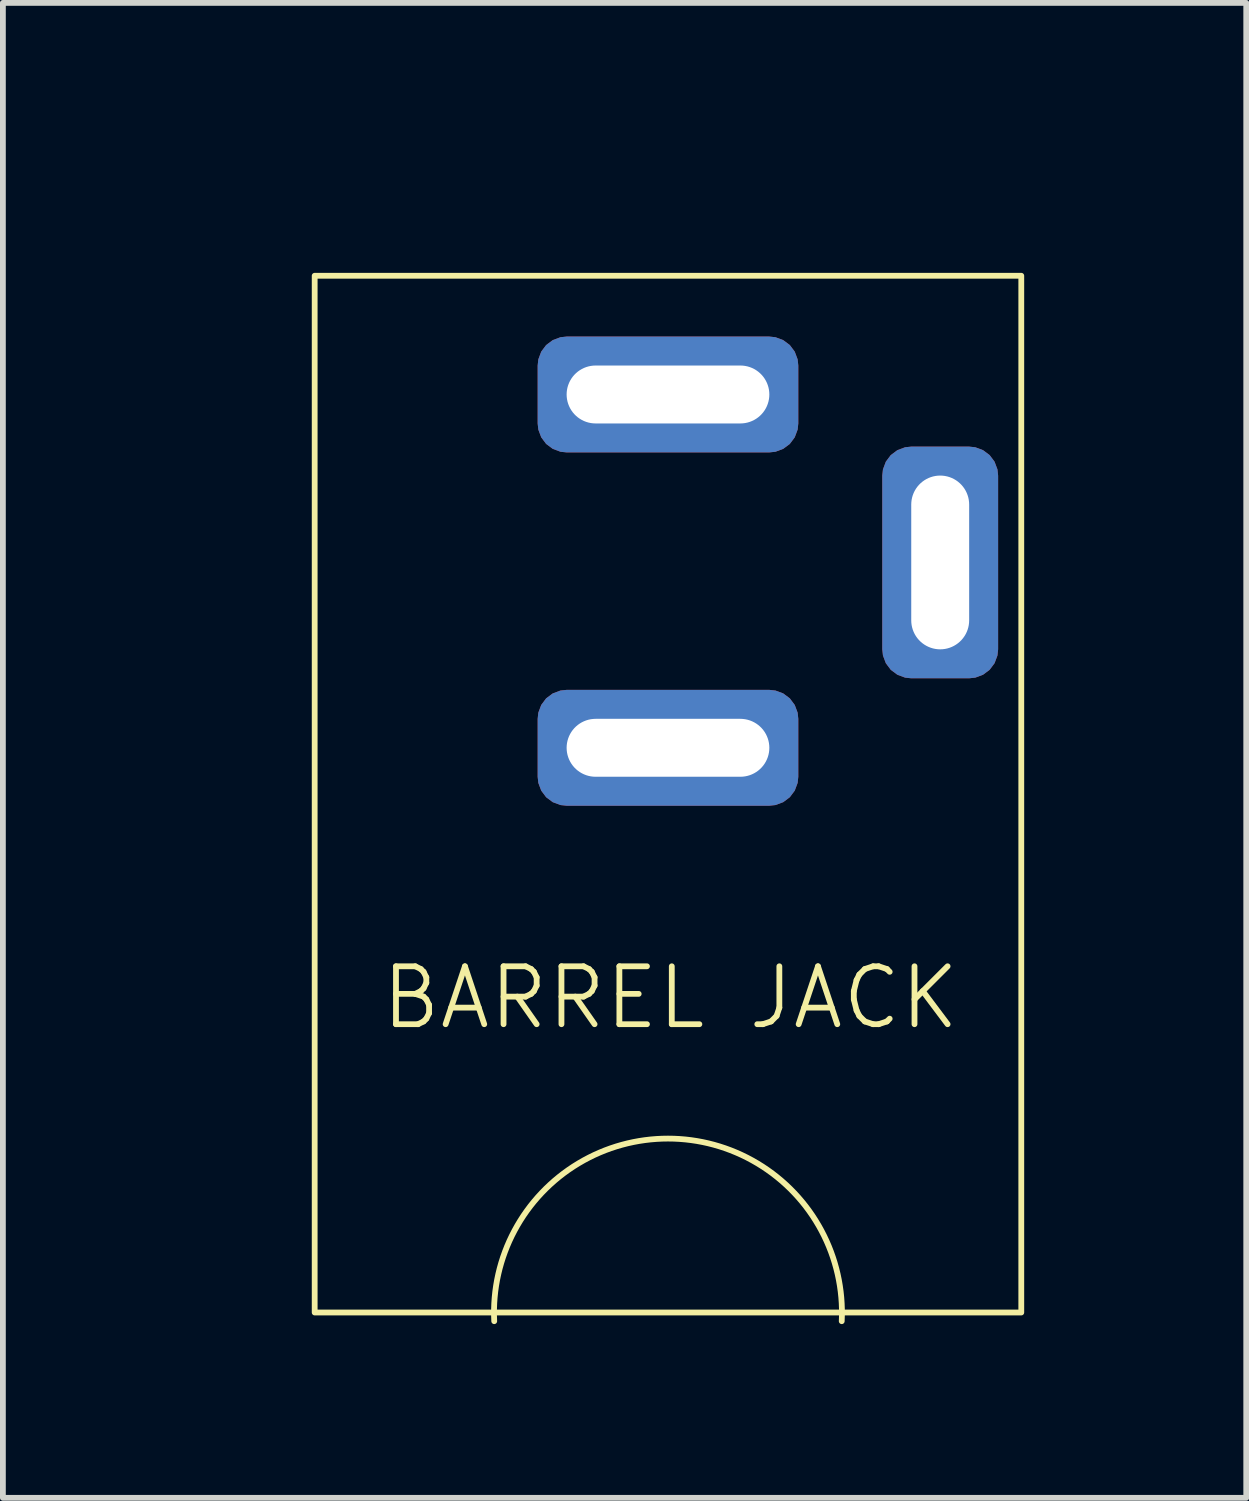
<source format=kicad_pcb>
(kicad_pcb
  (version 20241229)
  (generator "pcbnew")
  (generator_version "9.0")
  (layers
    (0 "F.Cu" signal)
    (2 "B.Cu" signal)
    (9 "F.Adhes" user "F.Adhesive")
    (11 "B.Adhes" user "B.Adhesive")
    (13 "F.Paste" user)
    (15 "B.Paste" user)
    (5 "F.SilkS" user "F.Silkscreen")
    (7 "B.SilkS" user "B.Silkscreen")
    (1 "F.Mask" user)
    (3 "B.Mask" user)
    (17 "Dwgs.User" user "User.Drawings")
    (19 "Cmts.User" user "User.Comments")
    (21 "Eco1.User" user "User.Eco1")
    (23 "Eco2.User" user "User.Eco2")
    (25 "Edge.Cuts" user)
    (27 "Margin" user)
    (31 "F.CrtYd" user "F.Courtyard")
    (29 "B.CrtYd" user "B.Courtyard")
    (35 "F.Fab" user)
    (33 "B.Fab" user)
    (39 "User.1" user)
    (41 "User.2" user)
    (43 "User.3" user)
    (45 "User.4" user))
  (footprint "BARREL_JACK"
    (layer "F.Cu")
    (at 8.483 10.761)
    (property "Reference" "BARREL_JACK" (at 0.3 -10 0) (unlocked yes) (layer "User.1") (effects (font (size 1 1) (thickness 0.1))))
    (attr smd)
    (fp_rect (start -6.1 -9.05) (end 6.1 8.85) (stroke (width 0.1) (type default)) (fill no) (layer "F.SilkS"))
    (fp_arc (start -2.999999 9) (mid 0 5.846253) (end 2.999999 9) (stroke (width 0.1) (type default)) (layer "F.SilkS"))
    (fp_text user "BARREL JACK" (at -5 4 0) (unlocked yes) (layer "F.SilkS") (effects (font (size 1 1) (thickness 0.1)) (justify left bottom)))
    (dimension (type orthogonal) (layer "User.1") (pts (xy 8.483 9.861) (xy 13.183 6.66)) (height 2.9) (orientation 0) (format (prefix "") (suffix "") (units 3) (units_format 1) (precision 4)) (style (thickness 0.1) (arrow_length 1.27) (text_position_mode 0) (arrow_direction outward) (extension_height 0.586) (extension_offset 0.5) (keep_text_aligned yes)) (gr_text "4.7000 mm" (at 10.833 11.661 0) (layer "User.1") (effects (font (size 1 1) (thickness 0.1)))))
    (dimension (type orthogonal) (layer "User.1") (pts (xy 8.483 3.76) (xy 8.483 9.861)) (height -3) (orientation 1) (format (prefix "") (suffix "") (units 3) (units_format 1) (precision 4)) (style (thickness 0.1) (arrow_length 1.27) (text_position_mode 0) (arrow_direction outward) (extension_height 0.586) (extension_offset 0.5) (keep_text_aligned yes)) (gr_text "6.1000 mm" (at 4.383 6.811 90) (layer "User.1") (effects (font (size 1 1) (thickness 0.1)))))
    (dimension (type orthogonal) (layer "User.1") (pts (xy 13.183 6.66) (xy 10.733 3.76)) (height -1) (orientation 1) (format (prefix "") (suffix "") (units 3) (units_format 1) (precision 4)) (style (thickness 0.1) (arrow_length 1.27) (text_position_mode 0) (arrow_direction outward) (extension_height 0.586) (extension_offset 0.5) (keep_text_aligned yes)) (gr_text "2.9000 mm" (at 11.083 5.21 90) (layer "User.1") (effects (font (size 1 1) (thickness 0.1)))))
    (pad "1" thru_hole roundrect (at 0 -0.9) (size 4.5 2) (drill oval 3.5 1) (layers "*.Cu" "*.Mask") (roundrect_rratio 0.25))
    (pad "2" thru_hole roundrect (at 4.7 -4.1 90) (size 4 2) (drill oval 3 1) (layers "*.Cu" "*.Mask") (roundrect_rratio 0.25))
    (pad "3" thru_hole roundrect (at 0 -7) (size 4.5 2) (drill oval 3.5 1) (layers "*.Cu" "*.Mask") (roundrect_rratio 0.25)))
  (gr_rect
    (start -3 -3)
    (end 18.467 22.811)
    (stroke (width 0.1) (type default))
    (fill no)
    (layer "Edge.Cuts")))
</source>
